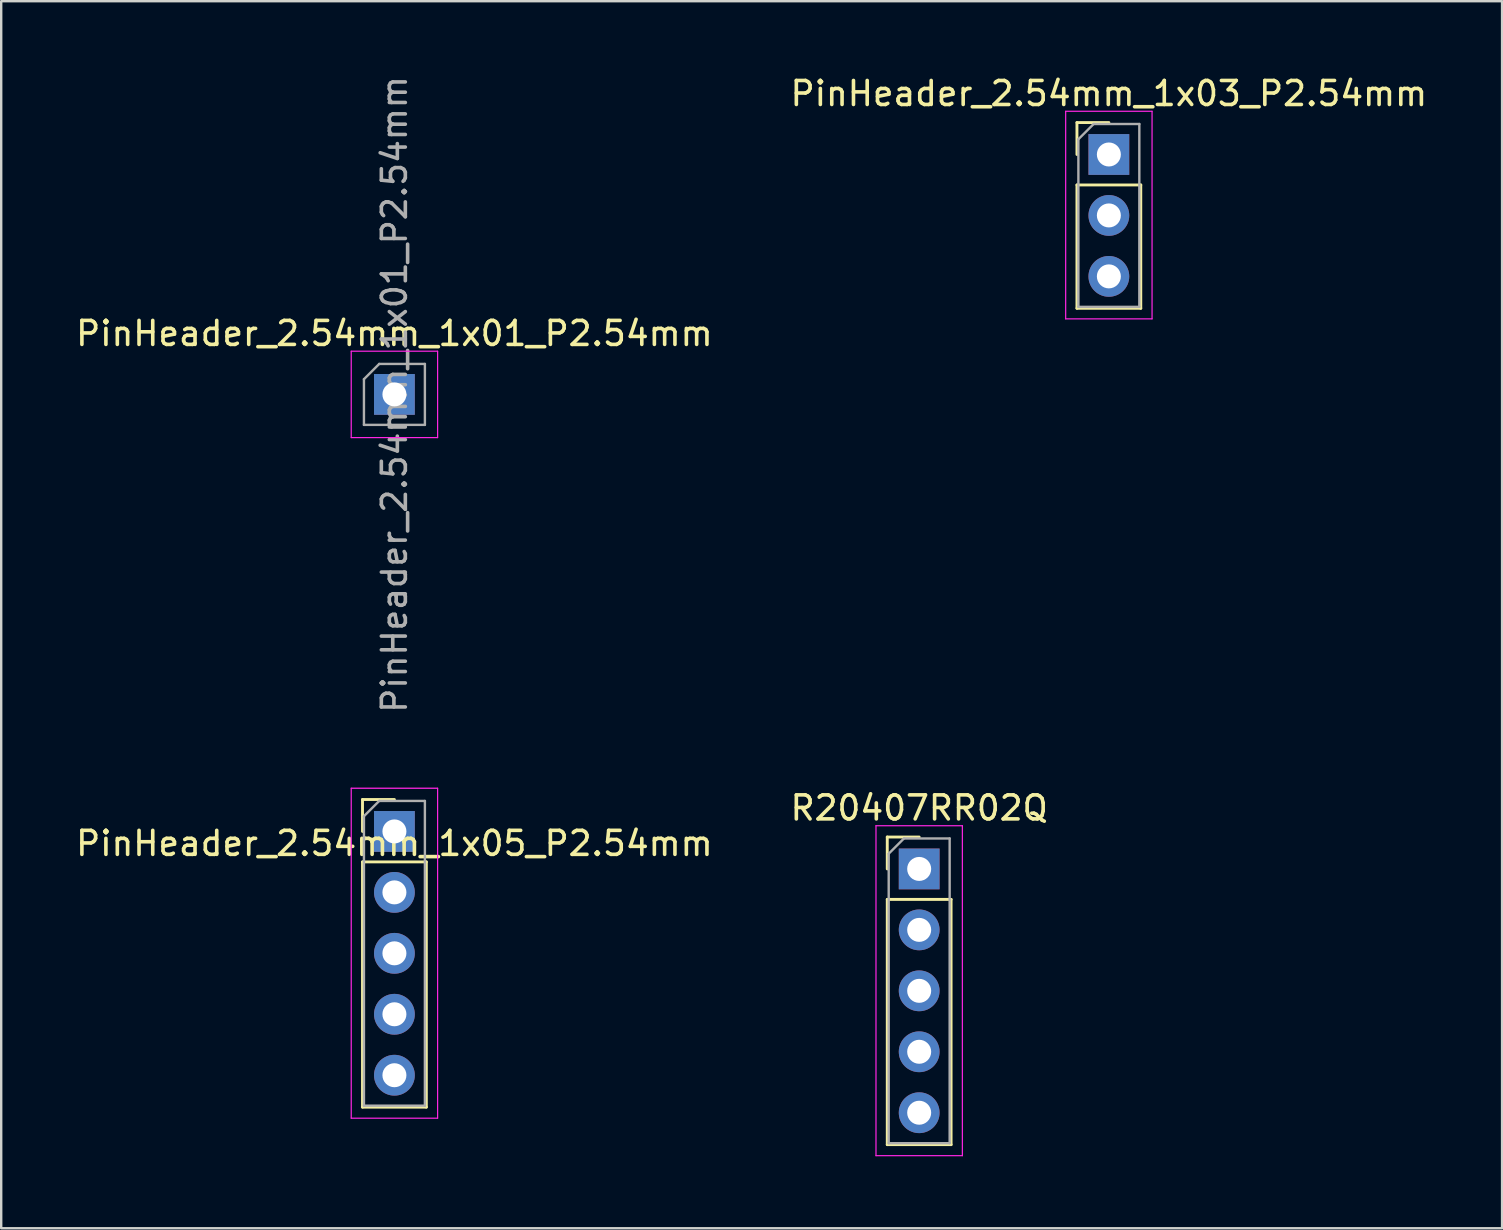
<source format=kicad_pcb>
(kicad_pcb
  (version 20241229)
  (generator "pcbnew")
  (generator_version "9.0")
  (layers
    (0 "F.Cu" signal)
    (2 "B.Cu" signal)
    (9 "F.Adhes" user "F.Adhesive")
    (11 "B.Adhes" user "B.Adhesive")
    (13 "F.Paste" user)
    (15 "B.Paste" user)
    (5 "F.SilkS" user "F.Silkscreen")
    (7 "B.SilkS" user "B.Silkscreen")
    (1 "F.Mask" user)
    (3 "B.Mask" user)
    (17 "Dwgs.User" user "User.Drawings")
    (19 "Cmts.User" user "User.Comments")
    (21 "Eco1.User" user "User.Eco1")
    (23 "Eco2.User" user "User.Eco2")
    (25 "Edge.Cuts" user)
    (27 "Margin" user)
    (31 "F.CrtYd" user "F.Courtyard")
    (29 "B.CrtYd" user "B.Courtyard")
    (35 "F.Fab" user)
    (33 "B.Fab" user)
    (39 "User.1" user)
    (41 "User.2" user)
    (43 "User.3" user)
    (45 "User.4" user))
  (footprint "PinHeader_2.54mm_1x05_P2.54mm"
    (layer "F.Cu")
    (at 13.387 31.599)
    (property "Reference" "PinHeader_2.54mm_1x05_P2.54mm" (at 0 0.5 0) (layer "F.SilkS") (effects (font (size 1 1) (thickness 0.15))))
    (attr through_hole)
    (fp_line (start -1.33 -1.33) (end 0 -1.33) (stroke (width 0.12) (type solid)) (layer "F.SilkS"))
    (fp_line (start -1.33 0) (end -1.33 -1.33) (stroke (width 0.12) (type solid)) (layer "F.SilkS"))
    (fp_line (start -1.33 1.27) (end -1.33 11.49) (stroke (width 0.12) (type solid)) (layer "F.SilkS"))
    (fp_line (start -1.33 1.27) (end 1.33 1.27) (stroke (width 0.12) (type solid)) (layer "F.SilkS"))
    (fp_line (start -1.33 11.49) (end 1.33 11.49) (stroke (width 0.12) (type solid)) (layer "F.SilkS"))
    (fp_line (start 1.33 1.27) (end 1.33 11.49) (stroke (width 0.12) (type solid)) (layer "F.SilkS"))
    (fp_line (start -1.8 -1.8) (end -1.8 11.95) (stroke (width 0.05) (type solid)) (layer "F.CrtYd"))
    (fp_line (start -1.8 11.95) (end 1.8 11.95) (stroke (width 0.05) (type solid)) (layer "F.CrtYd"))
    (fp_line (start 1.8 -1.8) (end -1.8 -1.8) (stroke (width 0.05) (type solid)) (layer "F.CrtYd"))
    (fp_line (start 1.8 11.95) (end 1.8 -1.8) (stroke (width 0.05) (type solid)) (layer "F.CrtYd"))
    (fp_line (start -1.27 -0.635) (end -0.635 -1.27) (stroke (width 0.1) (type solid)) (layer "F.Fab"))
    (fp_line (start -1.27 11.43) (end -1.27 -0.635) (stroke (width 0.1) (type solid)) (layer "F.Fab"))
    (fp_line (start -0.635 -1.27) (end 1.27 -1.27) (stroke (width 0.1) (type solid)) (layer "F.Fab"))
    (fp_line (start 1.27 -1.27) (end 1.27 11.43) (stroke (width 0.1) (type solid)) (layer "F.Fab"))
    (fp_line (start 1.27 11.43) (end -1.27 11.43) (stroke (width 0.1) (type solid)) (layer "F.Fab"))
    (pad "1" thru_hole rect (at 0 0) (size 1.7 1.7) (drill 1) (layers "*.Cu" "*.Mask"))
    (pad "2" thru_hole oval (at 0 2.54) (size 1.7 1.7) (drill 1) (layers "*.Cu" "*.Mask"))
    (pad "3" thru_hole oval (at 0 5.08) (size 1.7 1.7) (drill 1) (layers "*.Cu" "*.Mask"))
    (pad "4" thru_hole oval (at 0 7.62) (size 1.7 1.7) (drill 1) (layers "*.Cu" "*.Mask"))
    (pad "5" thru_hole oval (at 0 10.16) (size 1.7 1.7) (drill 1) (layers "*.Cu" "*.Mask")))
  (footprint "PinHeader_2.54mm_1x01_P2.54mm"
    (layer "F.Cu")
    (at 13.387 13.387)
    (property "Reference" "PinHeader_2.54mm_1x01_P2.54mm" (at 0 -2.54 0) (layer "F.SilkS") (effects (font (size 1 1) (thickness 0.15))))
    (attr through_hole)
    (fp_line (start -1.8 -1.8) (end -1.8 1.8) (stroke (width 0.05) (type solid)) (layer "F.CrtYd"))
    (fp_line (start -1.8 1.8) (end 1.8 1.8) (stroke (width 0.05) (type solid)) (layer "F.CrtYd"))
    (fp_line (start 1.8 -1.8) (end -1.8 -1.8) (stroke (width 0.05) (type solid)) (layer "F.CrtYd"))
    (fp_line (start 1.8 1.8) (end 1.8 -1.8) (stroke (width 0.05) (type solid)) (layer "F.CrtYd"))
    (fp_line (start -1.27 -0.635) (end -0.635 -1.27) (stroke (width 0.1) (type solid)) (layer "F.Fab"))
    (fp_line (start -1.27 1.27) (end -1.27 -0.635) (stroke (width 0.1) (type solid)) (layer "F.Fab"))
    (fp_line (start -0.635 -1.27) (end 1.27 -1.27) (stroke (width 0.1) (type solid)) (layer "F.Fab"))
    (fp_line (start 1.27 -1.27) (end 1.27 1.27) (stroke (width 0.1) (type solid)) (layer "F.Fab"))
    (fp_line (start 1.27 1.27) (end -1.27 1.27) (stroke (width 0.1) (type solid)) (layer "F.Fab"))
    (fp_text user "${REFERENCE}" (at 0 0 90) (layer "F.Fab") (effects (font (size 1 1) (thickness 0.15))))
    (pad "1" thru_hole rect (at 0 0) (size 1.7 1.7) (drill 1) (layers "*.Cu" "*.Mask")))
  (footprint "R20407RR02Q"
    (layer "F.Cu")
    (at 35.256 33.162)
    (property "Reference" "R20407RR02Q" (at 0 -2.54 0) (layer "F.SilkS") (effects (font (size 1 1) (thickness 0.15))))
    (attr through_hole)
    (fp_line (start -1.33 -1.33) (end 0 -1.33) (stroke (width 0.12) (type solid)) (layer "F.SilkS"))
    (fp_line (start -1.33 0) (end -1.33 -1.33) (stroke (width 0.12) (type solid)) (layer "F.SilkS"))
    (fp_line (start -1.33 1.27) (end -1.33 11.49) (stroke (width 0.12) (type solid)) (layer "F.SilkS"))
    (fp_line (start -1.33 1.27) (end 1.33 1.27) (stroke (width 0.12) (type solid)) (layer "F.SilkS"))
    (fp_line (start -1.33 11.49) (end 1.33 11.49) (stroke (width 0.12) (type solid)) (layer "F.SilkS"))
    (fp_line (start 1.33 1.27) (end 1.33 11.49) (stroke (width 0.12) (type solid)) (layer "F.SilkS"))
    (fp_line (start -1.8 -1.8) (end -1.8 11.95) (stroke (width 0.05) (type solid)) (layer "F.CrtYd"))
    (fp_line (start -1.8 11.95) (end 1.8 11.95) (stroke (width 0.05) (type solid)) (layer "F.CrtYd"))
    (fp_line (start 1.8 -1.8) (end -1.8 -1.8) (stroke (width 0.05) (type solid)) (layer "F.CrtYd"))
    (fp_line (start 1.8 11.95) (end 1.8 -1.8) (stroke (width 0.05) (type solid)) (layer "F.CrtYd"))
    (fp_line (start -1.27 -0.635) (end -0.635 -1.27) (stroke (width 0.1) (type solid)) (layer "F.Fab"))
    (fp_line (start -1.27 11.43) (end -1.27 -0.635) (stroke (width 0.1) (type solid)) (layer "F.Fab"))
    (fp_line (start -0.635 -1.27) (end 1.27 -1.27) (stroke (width 0.1) (type solid)) (layer "F.Fab"))
    (fp_line (start 1.27 -1.27) (end 1.27 11.43) (stroke (width 0.1) (type solid)) (layer "F.Fab"))
    (fp_line (start 1.27 11.43) (end -1.27 11.43) (stroke (width 0.1) (type solid)) (layer "F.Fab"))
    (pad "1" thru_hole oval (at 0 2.54) (size 1.7 1.7) (drill 1) (layers "*.Cu" "*.Mask"))
    (pad "2" thru_hole oval (at 0 5.08) (size 1.7 1.7) (drill 1) (layers "*.Cu" "*.Mask"))
    (pad "3" thru_hole oval (at 0 7.62) (size 1.7 1.7) (drill 1) (layers "*.Cu" "*.Mask"))
    (pad "4" thru_hole oval (at 0 10.16) (size 1.7 1.7) (drill 1) (layers "*.Cu" "*.Mask"))
    (pad "10" thru_hole rect (at 0 0) (size 1.7 1.7) (drill 1) (layers "*.Cu" "*.Mask")))
  (footprint "PinHeader_2.54mm_1x03_P2.54mm"
    (layer "F.Cu")
    (at 43.161 3.388)
    (property "Reference" "PinHeader_2.54mm_1x03_P2.54mm" (at 0 -2.54 0) (layer "F.SilkS") (effects (font (size 1 1) (thickness 0.15))))
    (attr through_hole)
    (fp_line (start -1.33 -1.33) (end 0 -1.33) (stroke (width 0.12) (type solid)) (layer "F.SilkS"))
    (fp_line (start -1.33 0) (end -1.33 -1.33) (stroke (width 0.12) (type solid)) (layer "F.SilkS"))
    (fp_line (start -1.33 1.27) (end -1.33 6.41) (stroke (width 0.12) (type solid)) (layer "F.SilkS"))
    (fp_line (start -1.33 1.27) (end 1.33 1.27) (stroke (width 0.12) (type solid)) (layer "F.SilkS"))
    (fp_line (start -1.33 6.41) (end 1.33 6.41) (stroke (width 0.12) (type solid)) (layer "F.SilkS"))
    (fp_line (start 1.33 1.27) (end 1.33 6.41) (stroke (width 0.12) (type solid)) (layer "F.SilkS"))
    (fp_line (start -1.8 -1.8) (end -1.8 6.85) (stroke (width 0.05) (type solid)) (layer "F.CrtYd"))
    (fp_line (start -1.8 6.85) (end 1.8 6.85) (stroke (width 0.05) (type solid)) (layer "F.CrtYd"))
    (fp_line (start 1.8 -1.8) (end -1.8 -1.8) (stroke (width 0.05) (type solid)) (layer "F.CrtYd"))
    (fp_line (start 1.8 6.85) (end 1.8 -1.8) (stroke (width 0.05) (type solid)) (layer "F.CrtYd"))
    (fp_line (start -1.27 -0.635) (end -0.635 -1.27) (stroke (width 0.1) (type solid)) (layer "F.Fab"))
    (fp_line (start -1.27 6.35) (end -1.27 -0.635) (stroke (width 0.1) (type solid)) (layer "F.Fab"))
    (fp_line (start -0.635 -1.27) (end 1.27 -1.27) (stroke (width 0.1) (type solid)) (layer "F.Fab"))
    (fp_line (start 1.27 -1.27) (end 1.27 6.35) (stroke (width 0.1) (type solid)) (layer "F.Fab"))
    (fp_line (start 1.27 6.35) (end -1.27 6.35) (stroke (width 0.1) (type solid)) (layer "F.Fab"))
    (pad "1" thru_hole rect (at 0 0) (size 1.7 1.7) (drill 1) (layers "*.Cu" "*.Mask"))
    (pad "2" thru_hole oval (at 0 2.54) (size 1.7 1.7) (drill 1) (layers "*.Cu" "*.Mask"))
    (pad "3" thru_hole oval (at 0 5.08) (size 1.7 1.7) (drill 1) (layers "*.Cu" "*.Mask")))
  (gr_rect
    (start -3 -3)
    (end 59.548 48.137)
    (stroke (width 0.1) (type default))
    (fill no)
    (layer "Edge.Cuts")))
</source>
